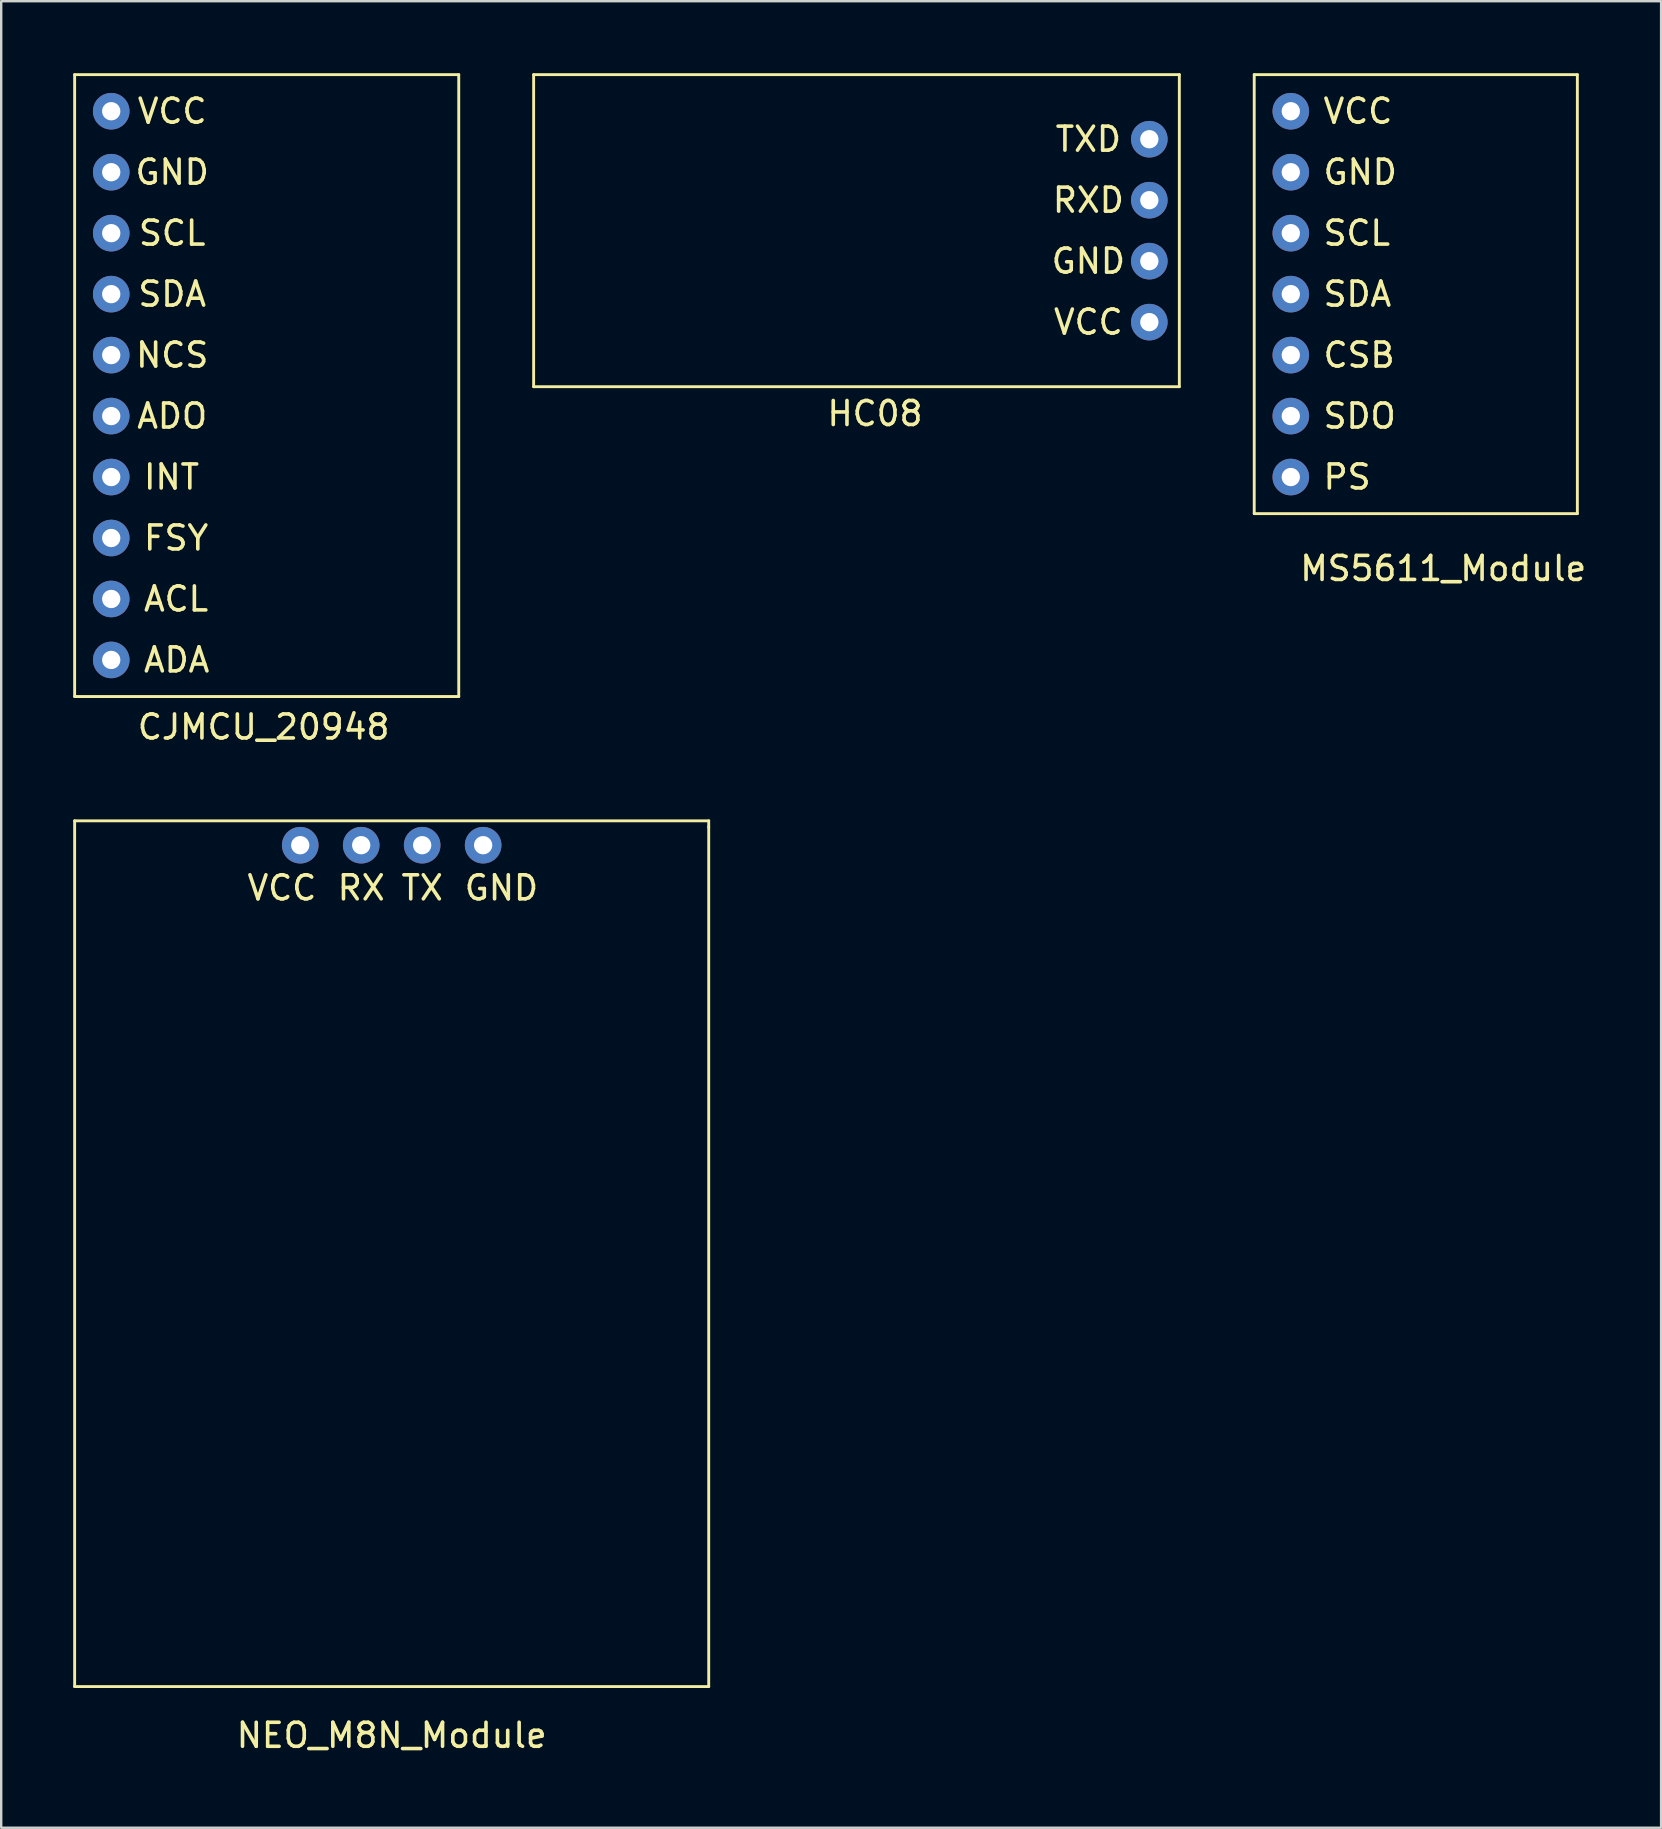
<source format=kicad_pcb>
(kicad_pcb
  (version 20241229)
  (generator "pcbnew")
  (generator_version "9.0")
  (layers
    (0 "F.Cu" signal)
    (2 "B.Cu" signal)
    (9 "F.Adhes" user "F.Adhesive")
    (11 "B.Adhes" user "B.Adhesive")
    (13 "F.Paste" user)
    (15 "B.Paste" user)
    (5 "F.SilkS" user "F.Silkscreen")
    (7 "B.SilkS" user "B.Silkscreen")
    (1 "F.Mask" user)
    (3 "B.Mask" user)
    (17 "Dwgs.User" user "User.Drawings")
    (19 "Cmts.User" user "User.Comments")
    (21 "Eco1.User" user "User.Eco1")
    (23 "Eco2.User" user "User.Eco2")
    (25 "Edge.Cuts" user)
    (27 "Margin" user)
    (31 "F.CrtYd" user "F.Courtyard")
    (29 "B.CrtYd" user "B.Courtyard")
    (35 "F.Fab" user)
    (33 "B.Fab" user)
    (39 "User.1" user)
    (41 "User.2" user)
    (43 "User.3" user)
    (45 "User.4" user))
  (footprint "MS5611_Module"
    (layer "F.Cu")
    (at 57.076 9.204)
    (property "Reference" "MS5611_Module" (at 0 11.43 0) (layer "F.SilkS") (effects (font (size 1 1) (thickness 0.15))))
    (attr through_hole)
    (fp_line (start -7.874 -9.144) (end -7.874 9.144) (stroke (width 0.12) (type solid)) (layer "F.SilkS"))
    (fp_line (start -7.874 9.144) (end 5.588 9.144) (stroke (width 0.12) (type solid)) (layer "F.SilkS"))
    (fp_line (start 5.588 -9.144) (end -7.874 -9.144) (stroke (width 0.12) (type solid)) (layer "F.SilkS"))
    (fp_line (start 5.588 9.144) (end 5.588 -9.144) (stroke (width 0.12) (type solid)) (layer "F.SilkS"))
    (fp_circle (center 2.54 6.35) (end 4.19 6.35) (stroke (width 0.12) (type solid)) (fill no) (layer "Eco1.User"))
    (fp_text user "PS" (at -5.08 7.62 0) (layer "F.SilkS") (effects (font (size 1 1) (thickness 0.15)) (justify left)))
    (fp_text user "SDO" (at -5.08 5.08 0) (layer "F.SilkS") (effects (font (size 1 1) (thickness 0.15)) (justify left)))
    (fp_text user "GND" (at -5.08 -5.08 0) (layer "F.SilkS") (effects (font (size 1 1) (thickness 0.15)) (justify left)))
    (fp_text user "VCC" (at -5.08 -7.62 0) (layer "F.SilkS") (effects (font (size 1 1) (thickness 0.15)) (justify left)))
    (fp_text user "SCL" (at -5.08 -2.54 0) (layer "F.SilkS") (effects (font (size 1 1) (thickness 0.15)) (justify left)))
    (fp_text user "CSB" (at -5.08 2.54 0) (layer "F.SilkS") (effects (font (size 1 1) (thickness 0.15)) (justify left)))
    (fp_text user "SDA" (at -5.08 0 0) (layer "F.SilkS") (effects (font (size 1 1) (thickness 0.15)) (justify left)))
    (pad "1" thru_hole circle (at -6.35 -7.62) (size 1.524 1.524) (drill 0.762) (layers "*.Cu" "*.Mask"))
    (pad "2" thru_hole circle (at -6.35 -5.08) (size 1.524 1.524) (drill 0.762) (layers "*.Cu" "*.Mask"))
    (pad "3" thru_hole circle (at -6.35 -2.54) (size 1.524 1.524) (drill 0.762) (layers "*.Cu" "*.Mask"))
    (pad "4" thru_hole circle (at -6.35 0) (size 1.524 1.524) (drill 0.762) (layers "*.Cu" "*.Mask"))
    (pad "5" thru_hole circle (at -6.35 2.54) (size 1.524 1.524) (drill 0.762) (layers "*.Cu" "*.Mask"))
    (pad "6" thru_hole circle (at -6.35 5.08) (size 1.524 1.524) (drill 0.762) (layers "*.Cu" "*.Mask"))
    (pad "7" thru_hole circle (at -6.35 7.62) (size 1.524 1.524) (drill 0.762) (layers "*.Cu" "*.Mask")))
  (footprint "CJMCU_20948"
    (layer "F.Cu")
    (at 7.934 13.014)
    (property "Reference" "CJMCU_20948" (at 0 14.224 0) (layer "F.SilkS") (effects (font (size 1 1) (thickness 0.15))))
    (attr through_hole)
    (fp_line (start -7.874 -12.954) (end 8.128 -12.954) (stroke (width 0.12) (type solid)) (layer "F.SilkS"))
    (fp_line (start -7.874 12.954) (end -7.874 -12.954) (stroke (width 0.12) (type solid)) (layer "F.SilkS"))
    (fp_line (start 8.128 -12.954) (end 8.128 12.954) (stroke (width 0.12) (type solid)) (layer "F.SilkS"))
    (fp_line (start 8.128 12.954) (end -7.874 12.954) (stroke (width 0.12) (type solid)) (layer "F.SilkS"))
    (fp_circle (center 3.81 -10.16) (end 5.31 -10.16) (stroke (width 0.12) (type solid)) (fill no) (layer "Eco1.User"))
    (fp_circle (center 3.81 10.16) (end 5.31 10.16) (stroke (width 0.12) (type solid)) (fill no) (layer "Eco1.User"))
    (fp_text user "VCC" (at -3.81 -11.43 0) (layer "F.SilkS") (effects (font (size 1 1) (thickness 0.15))))
    (fp_text user "FSY" (at -5.08 6.35 0) (layer "F.SilkS") (effects (font (size 1 1) (thickness 0.15)) (justify left)))
    (fp_text user "INT" (at -5.08 3.81 0) (layer "F.SilkS") (effects (font (size 1 1) (thickness 0.15)) (justify left)))
    (fp_text user "GND" (at -3.81 -8.89 0) (layer "F.SilkS") (effects (font (size 1 1) (thickness 0.15))))
    (fp_text user "ADO" (at -3.81 1.27 0) (layer "F.SilkS") (effects (font (size 1 1) (thickness 0.15))))
    (fp_text user "SCL" (at -3.81 -6.35 0) (layer "F.SilkS") (effects (font (size 1 1) (thickness 0.15))))
    (fp_text user "NCS" (at -3.81 -1.27 0) (layer "F.SilkS") (effects (font (size 1 1) (thickness 0.15))))
    (fp_text user "ADA" (at -5.08 11.43 0) (layer "F.SilkS") (effects (font (size 1 1) (thickness 0.15)) (justify left)))
    (fp_text user "SDA" (at -3.81 -3.81 0) (layer "F.SilkS") (effects (font (size 1 1) (thickness 0.15))))
    (fp_text user "ACL" (at -5.08 8.89 0) (layer "F.SilkS") (effects (font (size 1 1) (thickness 0.15)) (justify left)))
    (pad "1" thru_hole circle (at -6.35 -11.43) (size 1.524 1.524) (drill 0.762) (layers "*.Cu" "*.Mask"))
    (pad "2" thru_hole circle (at -6.35 -8.89) (size 1.524 1.524) (drill 0.762) (layers "*.Cu" "*.Mask"))
    (pad "3" thru_hole circle (at -6.35 -6.35) (size 1.524 1.524) (drill 0.762) (layers "*.Cu" "*.Mask"))
    (pad "4" thru_hole circle (at -6.35 -3.81) (size 1.524 1.524) (drill 0.762) (layers "*.Cu" "*.Mask"))
    (pad "5" thru_hole circle (at -6.35 -1.27) (size 1.524 1.524) (drill 0.762) (layers "*.Cu" "*.Mask"))
    (pad "6" thru_hole circle (at -6.35 1.27) (size 1.524 1.524) (drill 0.762) (layers "*.Cu" "*.Mask"))
    (pad "7" thru_hole circle (at -6.35 3.81) (size 1.524 1.524) (drill 0.762) (layers "*.Cu" "*.Mask"))
    (pad "8" thru_hole circle (at -6.35 6.35) (size 1.524 1.524) (drill 0.762) (layers "*.Cu" "*.Mask"))
    (pad "9" thru_hole circle (at -6.35 8.89) (size 1.524 1.524) (drill 0.762) (layers "*.Cu" "*.Mask"))
    (pad "10" thru_hole circle (at -6.35 11.43) (size 1.524 1.524) (drill 0.762) (layers "*.Cu" "*.Mask")))
  (footprint "HC08"
    (layer "F.Cu")
    (at 33.402 6.56)
    (property "Reference" "HC08" (at 0 7.62 0) (layer "F.SilkS") (effects (font (size 1 1) (thickness 0.15))))
    (attr through_hole)
    (fp_line (start -14.22 -6.5) (end -14.22 6.5) (stroke (width 0.12) (type solid)) (layer "F.SilkS"))
    (fp_line (start -14.22 6.5) (end 12.68 6.5) (stroke (width 0.12) (type solid)) (layer "F.SilkS"))
    (fp_line (start 12.68 -6.5) (end -14.22 -6.5) (stroke (width 0.12) (type solid)) (layer "F.SilkS"))
    (fp_line (start 12.68 6.5) (end 12.68 -6.5) (stroke (width 0.12) (type solid)) (layer "F.SilkS"))
    (fp_text user "GND" (at 8.89 1.27 0) (layer "F.SilkS") (effects (font (size 1 1) (thickness 0.15))))
    (fp_text user "TXD" (at 8.89 -3.81 0) (layer "F.SilkS") (effects (font (size 1 1) (thickness 0.15))))
    (fp_text user "VCC" (at 8.89 3.81 0) (layer "F.SilkS") (effects (font (size 1 1) (thickness 0.15))))
    (fp_text user "RXD" (at 8.89 -1.27 0) (layer "F.SilkS") (effects (font (size 1 1) (thickness 0.15))))
    (pad "27" thru_hole circle (at 11.43 3.81) (size 1.524 1.524) (drill 0.762) (layers "*.Cu" "*.Mask"))
    (pad "28" thru_hole circle (at 11.43 1.27) (size 1.524 1.524) (drill 0.762) (layers "*.Cu" "*.Mask"))
    (pad "29" thru_hole circle (at 11.43 -1.27) (size 1.524 1.524) (drill 0.762) (layers "*.Cu" "*.Mask"))
    (pad "30" thru_hole circle (at 11.43 -3.81) (size 1.524 1.524) (drill 0.762) (layers "*.Cu" "*.Mask")))
  (footprint "NEO_M8N_Module"
    (layer "F.Cu")
    (at 13.268 49.942)
    (property "Reference" "NEO_M8N_Module" (at 0 19.304 0) (layer "F.SilkS") (effects (font (size 1 1) (thickness 0.15))))
    (attr through_hole)
    (fp_line (start -13.208 -18.796) (end -13.208 17.272) (stroke (width 0.12) (type solid)) (layer "F.SilkS"))
    (fp_line (start -13.208 17.272) (end 13.208 17.272) (stroke (width 0.12) (type solid)) (layer "F.SilkS"))
    (fp_line (start 13.208 -18.796) (end -13.208 -18.796) (stroke (width 0.12) (type solid)) (layer "F.SilkS"))
    (fp_line (start 13.208 -18.542) (end 13.208 -18.796) (stroke (width 0.12) (type solid)) (layer "F.SilkS"))
    (fp_line (start 13.208 17.272) (end 13.208 -18.542) (stroke (width 0.12) (type solid)) (layer "F.SilkS"))
    (fp_circle (center -10.16 -16.256) (end -8.51 -16.256) (stroke (width 0.12) (type solid)) (fill no) (layer "Eco1.User"))
    (fp_circle (center -10.16 14.478) (end -8.51 14.478) (stroke (width 0.12) (type solid)) (fill no) (layer "Eco1.User"))
    (fp_circle (center 10.16 -16.256) (end 11.925 -16.256) (stroke (width 0.12) (type solid)) (fill no) (layer "Eco1.User"))
    (fp_circle (center 10.16 14.478) (end 11.81 14.478) (stroke (width 0.12) (type solid)) (fill no) (layer "Eco1.User"))
    (fp_text user "VCC" (at -4.572 -16.002 0) (layer "F.SilkS") (effects (font (size 1 1) (thickness 0.15))))
    (fp_text user "GND" (at 4.572 -16.002 0) (layer "F.SilkS") (effects (font (size 1 1) (thickness 0.15))))
    (fp_text user "TX" (at 1.27 -16.002 0) (layer "F.SilkS") (effects (font (size 1 1) (thickness 0.15))))
    (fp_text user "RX" (at -1.27 -16.002 0) (layer "F.SilkS") (effects (font (size 1 1) (thickness 0.15))))
    (pad "1" thru_hole circle (at -3.81 -17.78) (size 1.524 1.524) (drill 0.762) (layers "*.Cu" "*.Mask"))
    (pad "2" thru_hole circle (at -1.27 -17.78) (size 1.524 1.524) (drill 0.762) (layers "*.Cu" "*.Mask"))
    (pad "3" thru_hole circle (at 1.27 -17.78) (size 1.524 1.524) (drill 0.762) (layers "*.Cu" "*.Mask"))
    (pad "4" thru_hole circle (at 3.81 -17.78) (size 1.524 1.524) (drill 0.762) (layers "*.Cu" "*.Mask")))
  (gr_rect
    (start -3 -3)
    (end 66.153 73.094)
    (stroke (width 0.1) (type default))
    (fill no)
    (layer "Edge.Cuts")))
</source>
